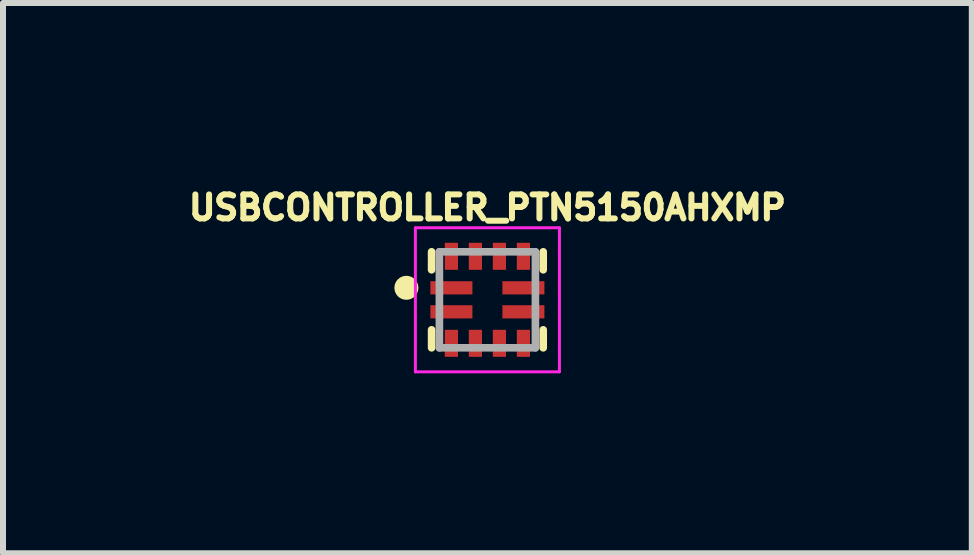
<source format=kicad_pcb>
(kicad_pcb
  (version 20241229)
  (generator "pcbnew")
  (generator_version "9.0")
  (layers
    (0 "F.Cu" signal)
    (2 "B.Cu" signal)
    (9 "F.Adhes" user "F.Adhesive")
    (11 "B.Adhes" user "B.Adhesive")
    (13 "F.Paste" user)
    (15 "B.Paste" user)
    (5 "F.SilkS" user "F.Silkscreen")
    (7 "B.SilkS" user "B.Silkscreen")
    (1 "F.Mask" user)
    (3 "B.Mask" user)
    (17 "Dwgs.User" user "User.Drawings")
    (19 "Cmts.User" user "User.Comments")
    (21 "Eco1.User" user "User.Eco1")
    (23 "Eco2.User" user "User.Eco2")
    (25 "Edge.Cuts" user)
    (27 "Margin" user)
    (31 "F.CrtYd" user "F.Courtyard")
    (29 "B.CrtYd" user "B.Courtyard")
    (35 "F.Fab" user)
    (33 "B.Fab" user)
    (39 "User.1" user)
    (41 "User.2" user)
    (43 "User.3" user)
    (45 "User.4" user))
  (footprint "USBCONTROLLER_PTN5150AHXMP"
    (layer "F.Cu")
    (at 5.072 1.946)
    (property "Reference" "USBCONTROLLER_PTN5150AHXMP" (at 0 -1.536 0) (layer "F.SilkS") (effects (font (size 0.4 0.4) (thickness 0.1))))
    (attr through_hole)
    (fp_poly (pts (xy -1.001 0.04) (xy -0.2 0.04) (xy -0.2 0.361) (xy -1.001 0.361)) (stroke (width 0.01) (type solid)) (fill yes) (layer "F.Mask"))
    (fp_poly (pts (xy -1.001 -0.36) (xy -0.2 -0.36) (xy -0.2 -0.04) (xy -1.001 -0.04)) (stroke (width 0.01) (type solid)) (fill yes) (layer "F.Mask"))
    (fp_poly (pts (xy -0.751 -1) (xy -0.45 -1) (xy -0.45 -0.45) (xy -0.751 -0.45)) (stroke (width 0.01) (type solid)) (fill yes) (layer "F.Mask"))
    (fp_poly (pts (xy -0.75 0.45) (xy -0.45 0.45) (xy -0.45 1) (xy -0.75 1)) (stroke (width 0.01) (type solid)) (fill yes) (layer "F.Mask"))
    (fp_poly (pts (xy -0.351 -1) (xy -0.05 -1) (xy -0.05 -0.451) (xy -0.351 -0.451)) (stroke (width 0.01) (type solid)) (fill yes) (layer "F.Mask"))
    (fp_poly (pts (xy -0.35 0.45) (xy -0.05 0.45) (xy -0.05 1) (xy -0.35 1)) (stroke (width 0.01) (type solid)) (fill yes) (layer "F.Mask"))
    (fp_poly (pts (xy 0.05 -1) (xy 0.35 -1) (xy 0.35 -0.45) (xy 0.05 -0.45)) (stroke (width 0.01) (type solid)) (fill yes) (layer "F.Mask"))
    (fp_poly (pts (xy 0.05 0.45) (xy 0.35 0.45) (xy 0.35 1.001) (xy 0.05 1.001)) (stroke (width 0.01) (type solid)) (fill yes) (layer "F.Mask"))
    (fp_poly (pts (xy 0.2 0.04) (xy 1 0.04) (xy 1 0.36) (xy 0.2 0.36)) (stroke (width 0.01) (type solid)) (fill yes) (layer "F.Mask"))
    (fp_poly (pts (xy 0.2 -0.36) (xy 1 -0.36) (xy 1 -0.04) (xy 0.2 -0.04)) (stroke (width 0.01) (type solid)) (fill yes) (layer "F.Mask"))
    (fp_poly (pts (xy 0.45 -1) (xy 0.75 -1) (xy 0.75 -0.45) (xy 0.45 -0.45)) (stroke (width 0.01) (type solid)) (fill yes) (layer "F.Mask"))
    (fp_poly (pts (xy 0.451 0.45) (xy 0.75 0.45) (xy 0.75 1.002) (xy 0.451 1.002)) (stroke (width 0.01) (type solid)) (fill yes) (layer "F.Mask"))
    (fp_line (start -0.93 -0.5) (end -0.93 -0.8) (stroke (width 0.127) (type solid)) (layer "F.SilkS"))
    (fp_line (start -0.93 0.5) (end -0.93 0.8) (stroke (width 0.127) (type solid)) (layer "F.SilkS"))
    (fp_line (start 0.93 -0.8) (end 0.93 -0.5) (stroke (width 0.127) (type solid)) (layer "F.SilkS"))
    (fp_line (start 0.93 0.5) (end 0.93 0.8) (stroke (width 0.127) (type solid)) (layer "F.SilkS"))
    (fp_circle (center -1.35 -0.2) (end -1.25 -0.2) (stroke (width 0.2) (type solid)) (fill no) (layer "F.SilkS"))
    (fp_poly (pts (xy -0.93 -0.11) (xy -0.93 -0.291) (xy -0.27 -0.291) (xy -0.27 -0.11)) (stroke (width 0.01) (type solid)) (fill yes) (layer "F.Paste"))
    (fp_poly (pts (xy -0.921 0.29) (xy -0.921 0.109) (xy -0.26 0.109) (xy -0.26 0.29)) (stroke (width 0.01) (type solid)) (fill yes) (layer "F.Paste"))
    (fp_poly (pts (xy -0.691 -0.93) (xy -0.51 -0.93) (xy -0.51 -0.521) (xy -0.691 -0.521)) (stroke (width 0.01) (type solid)) (fill yes) (layer "F.Paste"))
    (fp_poly (pts (xy -0.69 0.52) (xy -0.51 0.52) (xy -0.51 0.93) (xy -0.69 0.93)) (stroke (width 0.01) (type solid)) (fill yes) (layer "F.Paste"))
    (fp_poly (pts (xy -0.29 0.52) (xy -0.11 0.52) (xy -0.11 0.931) (xy -0.29 0.931)) (stroke (width 0.01) (type solid)) (fill yes) (layer "F.Paste"))
    (fp_poly (pts (xy -0.29 -0.93) (xy -0.11 -0.93) (xy -0.11 -0.52) (xy -0.29 -0.52)) (stroke (width 0.01) (type solid)) (fill yes) (layer "F.Paste"))
    (fp_poly (pts (xy 0.11 0.52) (xy 0.29 0.52) (xy 0.29 0.93) (xy 0.11 0.93)) (stroke (width 0.01) (type solid)) (fill yes) (layer "F.Paste"))
    (fp_poly (pts (xy 0.11 -0.93) (xy 0.29 -0.93) (xy 0.29 -0.521) (xy 0.11 -0.521)) (stroke (width 0.01) (type solid)) (fill yes) (layer "F.Paste"))
    (fp_poly (pts (xy 0.269 0.289) (xy 0.269 0.11) (xy 0.93 0.11) (xy 0.93 0.289)) (stroke (width 0.01) (type solid)) (fill yes) (layer "F.Paste"))
    (fp_poly (pts (xy 0.28 -0.11) (xy 0.28 -0.289) (xy 0.94 -0.289) (xy 0.94 -0.11)) (stroke (width 0.01) (type solid)) (fill yes) (layer "F.Paste"))
    (fp_poly (pts (xy 0.51 -0.93) (xy 0.69 -0.93) (xy 0.69 -0.52) (xy 0.51 -0.52)) (stroke (width 0.01) (type solid)) (fill yes) (layer "F.Paste"))
    (fp_poly (pts (xy 0.51 0.52) (xy 0.69 0.52) (xy 0.69 0.93) (xy 0.51 0.93)) (stroke (width 0.01) (type solid)) (fill yes) (layer "F.Paste"))
    (fp_line (start -1.2 -1.2) (end -1.2 1.2) (stroke (width 0.05) (type solid)) (layer "F.CrtYd"))
    (fp_line (start -1.2 1.2) (end 1.2 1.2) (stroke (width 0.05) (type solid)) (layer "F.CrtYd"))
    (fp_line (start 1.2 -1.2) (end -1.2 -1.2) (stroke (width 0.05) (type solid)) (layer "F.CrtYd"))
    (fp_line (start 1.2 1.2) (end 1.2 -1.2) (stroke (width 0.05) (type solid)) (layer "F.CrtYd"))
    (fp_line (start -0.8 -0.8) (end 0.8 -0.8) (stroke (width 0.127) (type solid)) (layer "F.Fab"))
    (fp_line (start -0.8 0.8) (end -0.8 -0.8) (stroke (width 0.127) (type solid)) (layer "F.Fab"))
    (fp_line (start 0.8 -0.8) (end 0.8 0.8) (stroke (width 0.127) (type solid)) (layer "F.Fab"))
    (fp_line (start 0.8 0.8) (end -0.8 0.8) (stroke (width 0.127) (type solid)) (layer "F.Fab"))
    (pad "1" smd rect (at -0.6 -0.2) (size 0.7 0.22) (layers "F.Cu"))
    (pad "2" smd rect (at -0.6 0.2) (size 0.7 0.22) (layers "F.Cu"))
    (pad "3" smd rect (at -0.6 0.725) (size 0.22 0.45) (layers "F.Cu"))
    (pad "4" smd rect (at -0.2 0.725) (size 0.22 0.45) (layers "F.Cu"))
    (pad "5" smd rect (at 0.2 0.725) (size 0.22 0.45) (layers "F.Cu"))
    (pad "6" smd rect (at 0.6 0.725) (size 0.22 0.45) (layers "F.Cu"))
    (pad "7" smd rect (at 0.6 0.2) (size 0.7 0.22) (layers "F.Cu"))
    (pad "8" smd rect (at 0.6 -0.2) (size 0.7 0.22) (layers "F.Cu"))
    (pad "9" smd rect (at 0.6 -0.725) (size 0.22 0.45) (layers "F.Cu"))
    (pad "10" smd rect (at 0.2 -0.725) (size 0.22 0.45) (layers "F.Cu"))
    (pad "11" smd rect (at -0.2 -0.725) (size 0.22 0.45) (layers "F.Cu"))
    (pad "12" smd rect (at -0.6 -0.725) (size 0.22 0.45) (layers "F.Cu")))
  (gr_rect
    (start -3 -3)
    (end 13.144 6.17)
    (stroke (width 0.1) (type default))
    (fill no)
    (layer "Edge.Cuts")))
</source>
